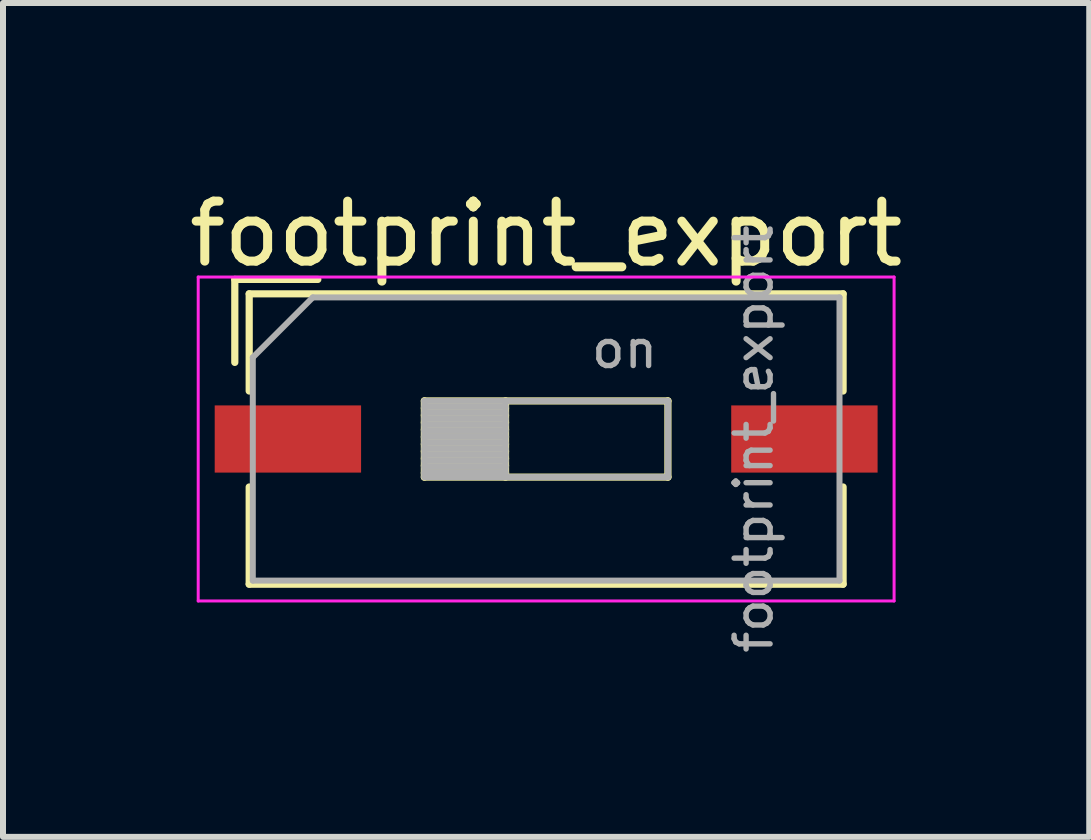
<source format=kicad_pcb>
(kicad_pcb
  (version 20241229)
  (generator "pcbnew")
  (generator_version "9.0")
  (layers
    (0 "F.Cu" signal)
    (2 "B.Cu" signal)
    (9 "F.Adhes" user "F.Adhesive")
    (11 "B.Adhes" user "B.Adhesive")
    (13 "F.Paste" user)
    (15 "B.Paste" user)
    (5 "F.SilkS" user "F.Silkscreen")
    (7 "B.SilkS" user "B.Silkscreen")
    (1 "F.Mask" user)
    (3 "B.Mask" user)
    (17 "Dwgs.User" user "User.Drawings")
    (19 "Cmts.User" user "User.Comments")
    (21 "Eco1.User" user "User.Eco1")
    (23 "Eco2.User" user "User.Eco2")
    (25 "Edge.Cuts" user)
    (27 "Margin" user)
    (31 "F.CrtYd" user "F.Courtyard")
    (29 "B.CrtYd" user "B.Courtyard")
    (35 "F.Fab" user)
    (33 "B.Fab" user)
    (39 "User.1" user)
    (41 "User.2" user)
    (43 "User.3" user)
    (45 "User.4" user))
  (footprint "footprint_export"
    (layer "F.Cu")
    (at 6.054 4.268)
    (property "Reference" "footprint_export" (at 0 -3.42 0) (layer "F.SilkS") (effects (font (size 1 1) (thickness 0.15))))
    (attr smd)
    (fp_line (start -5.19 -2.66) (end -5.19 -1.277) (stroke (width 0.12) (type solid)) (layer "F.SilkS"))
    (fp_line (start -5.19 -2.66) (end -3.806 -2.66) (stroke (width 0.12) (type solid)) (layer "F.SilkS"))
    (fp_line (start -4.95 -2.42) (end -4.95 -0.8) (stroke (width 0.12) (type solid)) (layer "F.SilkS"))
    (fp_line (start -4.95 -2.42) (end 4.95 -2.42) (stroke (width 0.12) (type solid)) (layer "F.SilkS"))
    (fp_line (start -4.95 0.8) (end -4.95 2.42) (stroke (width 0.12) (type solid)) (layer "F.SilkS"))
    (fp_line (start -4.95 2.42) (end 4.95 2.42) (stroke (width 0.12) (type solid)) (layer "F.SilkS"))
    (fp_line (start -2.03 -0.635) (end -2.03 0.635) (stroke (width 0.12) (type solid)) (layer "F.SilkS"))
    (fp_line (start -2.03 -0.515) (end -0.677 -0.515) (stroke (width 0.12) (type solid)) (layer "F.SilkS"))
    (fp_line (start -2.03 -0.395) (end -0.677 -0.395) (stroke (width 0.12) (type solid)) (layer "F.SilkS"))
    (fp_line (start -2.03 -0.275) (end -0.677 -0.275) (stroke (width 0.12) (type solid)) (layer "F.SilkS"))
    (fp_line (start -2.03 -0.155) (end -0.677 -0.155) (stroke (width 0.12) (type solid)) (layer "F.SilkS"))
    (fp_line (start -2.03 -0.035) (end -0.677 -0.035) (stroke (width 0.12) (type solid)) (layer "F.SilkS"))
    (fp_line (start -2.03 0.085) (end -0.677 0.085) (stroke (width 0.12) (type solid)) (layer "F.SilkS"))
    (fp_line (start -2.03 0.205) (end -0.677 0.205) (stroke (width 0.12) (type solid)) (layer "F.SilkS"))
    (fp_line (start -2.03 0.325) (end -0.677 0.325) (stroke (width 0.12) (type solid)) (layer "F.SilkS"))
    (fp_line (start -2.03 0.445) (end -0.677 0.445) (stroke (width 0.12) (type solid)) (layer "F.SilkS"))
    (fp_line (start -2.03 0.565) (end -0.677 0.565) (stroke (width 0.12) (type solid)) (layer "F.SilkS"))
    (fp_line (start -2.03 0.635) (end 2.03 0.635) (stroke (width 0.12) (type solid)) (layer "F.SilkS"))
    (fp_line (start -0.677 -0.635) (end -0.677 0.635) (stroke (width 0.12) (type solid)) (layer "F.SilkS"))
    (fp_line (start 2.03 -0.635) (end -2.03 -0.635) (stroke (width 0.12) (type solid)) (layer "F.SilkS"))
    (fp_line (start 2.03 0.635) (end 2.03 -0.635) (stroke (width 0.12) (type solid)) (layer "F.SilkS"))
    (fp_line (start 4.95 -2.42) (end 4.95 -0.8) (stroke (width 0.12) (type solid)) (layer "F.SilkS"))
    (fp_line (start 4.95 0.8) (end 4.95 2.42) (stroke (width 0.12) (type solid)) (layer "F.SilkS"))
    (fp_line (start -5.8 -2.7) (end -5.8 2.7) (stroke (width 0.05) (type solid)) (layer "F.CrtYd"))
    (fp_line (start -5.8 2.7) (end 5.8 2.7) (stroke (width 0.05) (type solid)) (layer "F.CrtYd"))
    (fp_line (start 5.8 -2.7) (end -5.8 -2.7) (stroke (width 0.05) (type solid)) (layer "F.CrtYd"))
    (fp_line (start 5.8 2.7) (end 5.8 -2.7) (stroke (width 0.05) (type solid)) (layer "F.CrtYd"))
    (fp_line (start -4.89 -1.36) (end -3.89 -2.36) (stroke (width 0.1) (type solid)) (layer "F.Fab"))
    (fp_line (start -4.89 2.36) (end -4.89 -1.36) (stroke (width 0.1) (type solid)) (layer "F.Fab"))
    (fp_line (start -3.89 -2.36) (end 4.89 -2.36) (stroke (width 0.1) (type solid)) (layer "F.Fab"))
    (fp_line (start -2.03 -0.635) (end -2.03 0.635) (stroke (width 0.1) (type solid)) (layer "F.Fab"))
    (fp_line (start -2.03 -0.535) (end -0.677 -0.535) (stroke (width 0.1) (type solid)) (layer "F.Fab"))
    (fp_line (start -2.03 -0.435) (end -0.677 -0.435) (stroke (width 0.1) (type solid)) (layer "F.Fab"))
    (fp_line (start -2.03 -0.335) (end -0.677 -0.335) (stroke (width 0.1) (type solid)) (layer "F.Fab"))
    (fp_line (start -2.03 -0.235) (end -0.677 -0.235) (stroke (width 0.1) (type solid)) (layer "F.Fab"))
    (fp_line (start -2.03 -0.135) (end -0.677 -0.135) (stroke (width 0.1) (type solid)) (layer "F.Fab"))
    (fp_line (start -2.03 -0.035) (end -0.677 -0.035) (stroke (width 0.1) (type solid)) (layer "F.Fab"))
    (fp_line (start -2.03 0.065) (end -0.677 0.065) (stroke (width 0.1) (type solid)) (layer "F.Fab"))
    (fp_line (start -2.03 0.165) (end -0.677 0.165) (stroke (width 0.1) (type solid)) (layer "F.Fab"))
    (fp_line (start -2.03 0.265) (end -0.677 0.265) (stroke (width 0.1) (type solid)) (layer "F.Fab"))
    (fp_line (start -2.03 0.365) (end -0.677 0.365) (stroke (width 0.1) (type solid)) (layer "F.Fab"))
    (fp_line (start -2.03 0.465) (end -0.677 0.465) (stroke (width 0.1) (type solid)) (layer "F.Fab"))
    (fp_line (start -2.03 0.565) (end -0.677 0.565) (stroke (width 0.1) (type solid)) (layer "F.Fab"))
    (fp_line (start -2.03 0.635) (end 2.03 0.635) (stroke (width 0.1) (type solid)) (layer "F.Fab"))
    (fp_line (start -0.677 -0.635) (end -0.677 0.635) (stroke (width 0.1) (type solid)) (layer "F.Fab"))
    (fp_line (start 2.03 -0.635) (end -2.03 -0.635) (stroke (width 0.1) (type solid)) (layer "F.Fab"))
    (fp_line (start 2.03 0.635) (end 2.03 -0.635) (stroke (width 0.1) (type solid)) (layer "F.Fab"))
    (fp_line (start 4.89 -2.36) (end 4.89 2.36) (stroke (width 0.1) (type solid)) (layer "F.Fab"))
    (fp_line (start 4.89 2.36) (end -4.89 2.36) (stroke (width 0.1) (type solid)) (layer "F.Fab"))
    (fp_text user "on" (at 1.308 -1.498 0) (layer "F.Fab") (effects (font (size 0.6 0.6) (thickness 0.09))))
    (fp_text user "${REFERENCE}" (at 3.46 0 90) (layer "F.Fab") (effects (font (size 0.6 0.6) (thickness 0.09))))
    (pad "1" smd rect (at -4.305 0) (size 2.44 1.12) (layers "F.Cu" "F.Mask" "F.Paste"))
    (pad "2" smd rect (at 4.305 0) (size 2.44 1.12) (layers "F.Cu" "F.Mask" "F.Paste")))
  (gr_rect
    (start -3 -3)
    (end 15.107 10.9)
    (stroke (width 0.1) (type default))
    (fill no)
    (layer "Edge.Cuts")))
</source>
